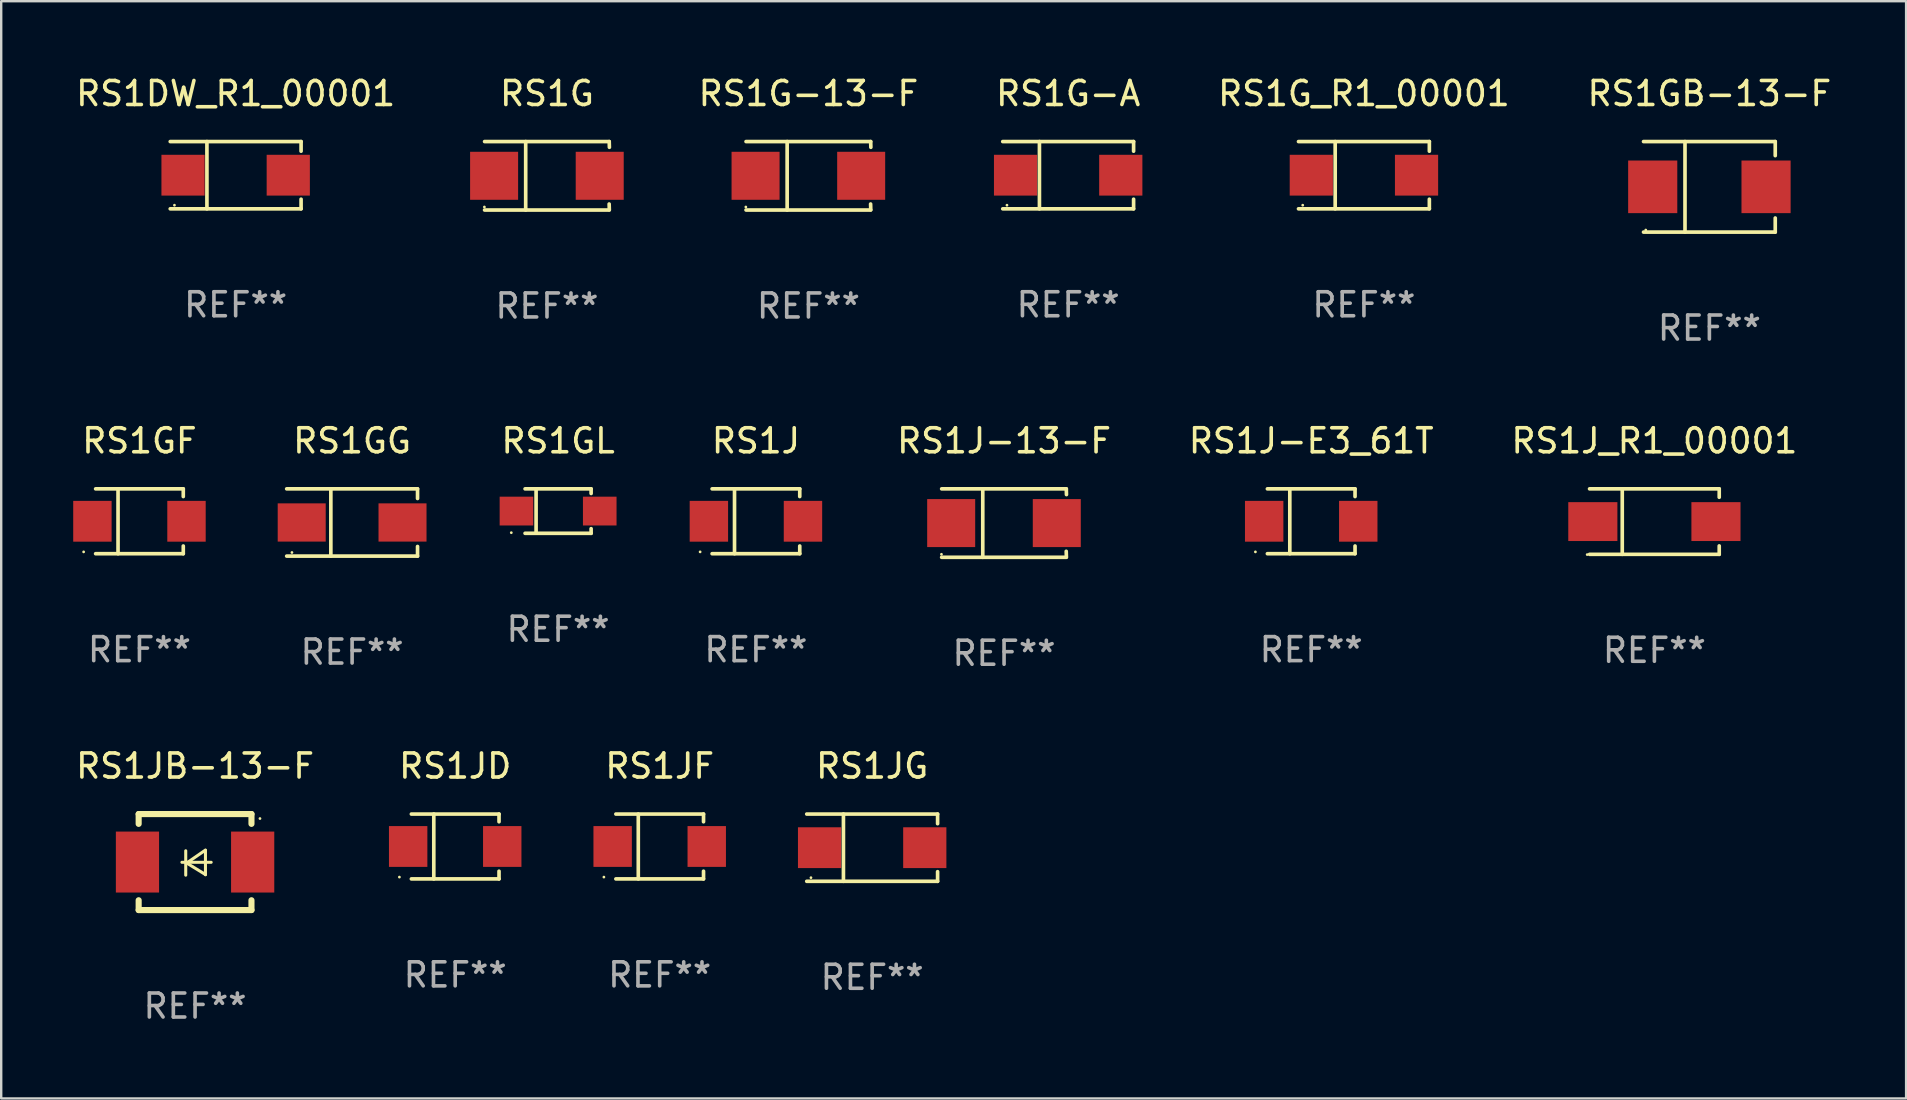
<source format=kicad_pcb>
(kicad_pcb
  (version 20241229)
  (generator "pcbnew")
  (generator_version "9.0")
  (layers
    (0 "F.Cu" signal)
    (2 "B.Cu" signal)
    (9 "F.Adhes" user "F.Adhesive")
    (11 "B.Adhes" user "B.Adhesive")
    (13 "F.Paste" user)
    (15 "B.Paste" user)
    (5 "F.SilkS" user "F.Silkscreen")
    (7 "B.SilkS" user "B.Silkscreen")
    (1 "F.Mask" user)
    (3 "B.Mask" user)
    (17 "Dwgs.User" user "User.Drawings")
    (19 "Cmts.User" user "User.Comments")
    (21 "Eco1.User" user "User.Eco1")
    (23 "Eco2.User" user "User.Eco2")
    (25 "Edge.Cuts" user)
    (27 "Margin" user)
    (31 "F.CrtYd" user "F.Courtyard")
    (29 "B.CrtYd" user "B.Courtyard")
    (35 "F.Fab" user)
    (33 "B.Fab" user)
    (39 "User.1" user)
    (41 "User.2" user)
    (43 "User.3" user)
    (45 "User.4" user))
  (footprint "RS1JG"
    (layer "F.Cu")
    (at 33.287 32.267)
    (property "Reference" "RS1JG" (at 0 -3.401 0) (layer "F.SilkS") (effects (font (size 1 1) (thickness 0.15))))
    (attr through_hole)
    (fp_line (start -2.726 -1.401) (end 2.726 -1.401) (stroke (width 0.152) (type solid)) (layer "F.SilkS"))
    (fp_line (start -2.726 1.401) (end 2.726 1.401) (stroke (width 0.152) (type solid)) (layer "F.SilkS"))
    (fp_line (start -1.197 -1.401) (end -1.197 1.401) (stroke (width 0.152) (type solid)) (layer "F.SilkS"))
    (fp_line (start 2.726 -1.401) (end 2.726 -1) (stroke (width 0.152) (type solid)) (layer "F.SilkS"))
    (fp_line (start 2.726 1.401) (end 2.726 1) (stroke (width 0.152) (type solid)) (layer "F.SilkS"))
    (fp_circle (center -2.55 1.25) (end -2.52 1.25) (stroke (width 0.06) (type solid)) (fill no) (layer "F.SilkS"))
    (fp_text user "REF**" (at 0 5.401 0) (layer "F.Fab") (effects (font (size 1 1) (thickness 0.15))))
    (pad "1" smd rect (at -2.192 0) (size 1.8 1.7) (layers "F.Cu" "F.Mask" "F.Paste"))
    (pad "2" smd rect (at 2.192 0) (size 1.8 1.7) (layers "F.Cu" "F.Mask" "F.Paste")))
  (footprint "RS1G_R1_00001"
    (layer "F.Cu")
    (at 53.775 4.249)
    (property "Reference" "RS1G_R1_00001" (at 0 -3.401 0) (layer "F.SilkS") (effects (font (size 1 1) (thickness 0.15))))
    (attr through_hole)
    (fp_line (start -2.726 -1.401) (end 2.726 -1.401) (stroke (width 0.152) (type solid)) (layer "F.SilkS"))
    (fp_line (start -2.726 1.401) (end 2.726 1.401) (stroke (width 0.152) (type solid)) (layer "F.SilkS"))
    (fp_line (start -1.197 -1.401) (end -1.197 1.401) (stroke (width 0.152) (type solid)) (layer "F.SilkS"))
    (fp_line (start 2.726 -1.401) (end 2.726 -1) (stroke (width 0.152) (type solid)) (layer "F.SilkS"))
    (fp_line (start 2.726 1.401) (end 2.726 1) (stroke (width 0.152) (type solid)) (layer "F.SilkS"))
    (fp_circle (center -2.55 1.25) (end -2.52 1.25) (stroke (width 0.06) (type solid)) (fill no) (layer "F.SilkS"))
    (fp_text user "REF**" (at 0 5.401 0) (layer "F.Fab") (effects (font (size 1 1) (thickness 0.15))))
    (pad "1" smd rect (at -2.192 0) (size 1.8 1.7) (layers "F.Cu" "F.Mask" "F.Paste"))
    (pad "2" smd rect (at 2.192 0) (size 1.8 1.7) (layers "F.Cu" "F.Mask" "F.Paste")))
  (footprint "RS1G-A"
    (layer "F.Cu")
    (at 41.453 4.249)
    (property "Reference" "RS1G-A" (at 0 -3.401 0) (layer "F.SilkS") (effects (font (size 1 1) (thickness 0.15))))
    (attr through_hole)
    (fp_line (start -2.726 -1.401) (end 2.726 -1.401) (stroke (width 0.152) (type solid)) (layer "F.SilkS"))
    (fp_line (start -2.726 1.401) (end 2.726 1.401) (stroke (width 0.152) (type solid)) (layer "F.SilkS"))
    (fp_line (start -1.197 -1.401) (end -1.197 1.401) (stroke (width 0.152) (type solid)) (layer "F.SilkS"))
    (fp_line (start 2.726 -1.401) (end 2.726 -1) (stroke (width 0.152) (type solid)) (layer "F.SilkS"))
    (fp_line (start 2.726 1.401) (end 2.726 1) (stroke (width 0.152) (type solid)) (layer "F.SilkS"))
    (fp_circle (center -2.55 1.25) (end -2.52 1.25) (stroke (width 0.06) (type solid)) (fill no) (layer "F.SilkS"))
    (fp_text user "REF**" (at 0 5.401 0) (layer "F.Fab") (effects (font (size 1 1) (thickness 0.15))))
    (pad "1" smd rect (at -2.192 0) (size 1.8 1.7) (layers "F.Cu" "F.Mask" "F.Paste"))
    (pad "2" smd rect (at 2.192 0) (size 1.8 1.7) (layers "F.Cu" "F.Mask" "F.Paste")))
  (footprint "RS1GB-13-F"
    (layer "F.Cu")
    (at 68.168 4.734)
    (property "Reference" "RS1GB-13-F" (at 0 -3.886 0) (layer "F.SilkS") (effects (font (size 1 1) (thickness 0.15))))
    (attr through_hole)
    (fp_line (start -2.744 -1.886) (end 2.744 -1.886) (stroke (width 0.152) (type solid)) (layer "F.SilkS"))
    (fp_line (start -2.744 1.886) (end 2.744 1.886) (stroke (width 0.152) (type solid)) (layer "F.SilkS"))
    (fp_line (start -1.016 -1.886) (end -1.016 1.886) (stroke (width 0.152) (type solid)) (layer "F.SilkS"))
    (fp_line (start 2.744 -1.886) (end 2.744 -1.299) (stroke (width 0.152) (type solid)) (layer "F.SilkS"))
    (fp_line (start 2.744 1.886) (end 2.744 1.299) (stroke (width 0.152) (type solid)) (layer "F.SilkS"))
    (fp_circle (center -2.65 1.8) (end -2.62 1.8) (stroke (width 0.06) (type solid)) (fill no) (layer "F.SilkS"))
    (fp_text user "REF**" (at 0 5.886 0) (layer "F.Fab") (effects (font (size 1 1) (thickness 0.15))))
    (pad "1" smd rect (at -2.361 0) (size 2.047 2.192) (layers "F.Cu" "F.Mask" "F.Paste"))
    (pad "2" smd rect (at 2.361 0) (size 2.047 2.192) (layers "F.Cu" "F.Mask" "F.Paste")))
  (footprint "RS1DW_R1_00001"
    (layer "F.Cu")
    (at 6.768 4.249)
    (property "Reference" "RS1DW_R1_00001" (at 0 -3.401 0) (layer "F.SilkS") (effects (font (size 1 1) (thickness 0.15))))
    (attr through_hole)
    (fp_line (start -2.726 -1.401) (end 2.726 -1.401) (stroke (width 0.152) (type solid)) (layer "F.SilkS"))
    (fp_line (start -2.726 1.401) (end 2.726 1.401) (stroke (width 0.152) (type solid)) (layer "F.SilkS"))
    (fp_line (start -1.197 -1.401) (end -1.197 1.401) (stroke (width 0.152) (type solid)) (layer "F.SilkS"))
    (fp_line (start 2.726 -1.401) (end 2.726 -1) (stroke (width 0.152) (type solid)) (layer "F.SilkS"))
    (fp_line (start 2.726 1.401) (end 2.726 1) (stroke (width 0.152) (type solid)) (layer "F.SilkS"))
    (fp_circle (center -2.55 1.25) (end -2.52 1.25) (stroke (width 0.06) (type solid)) (fill no) (layer "F.SilkS"))
    (fp_text user "REF**" (at 0 5.401 0) (layer "F.Fab") (effects (font (size 1 1) (thickness 0.15))))
    (pad "1" smd rect (at -2.192 0) (size 1.8 1.7) (layers "F.Cu" "F.Mask" "F.Paste"))
    (pad "2" smd rect (at 2.192 0) (size 1.8 1.7) (layers "F.Cu" "F.Mask" "F.Paste")))
  (footprint "RS1J"
    (layer "F.Cu")
    (at 28.444 18.668)
    (property "Reference" "RS1J" (at 0 -3.351 0) (layer "F.SilkS") (effects (font (size 1 1) (thickness 0.15))))
    (attr through_hole)
    (fp_line (start -1.826 -1.351) (end 1.826 -1.351) (stroke (width 0.152) (type solid)) (layer "F.SilkS"))
    (fp_line (start -1.826 1.351) (end 1.826 1.351) (stroke (width 0.152) (type solid)) (layer "F.SilkS"))
    (fp_line (start -0.892 -1.351) (end -0.892 1.351) (stroke (width 0.152) (type solid)) (layer "F.SilkS"))
    (fp_line (start 1.826 -1.351) (end 1.826 -1.03) (stroke (width 0.152) (type solid)) (layer "F.SilkS"))
    (fp_line (start 1.826 1.03) (end 1.826 1.351) (stroke (width 0.152) (type solid)) (layer "F.SilkS"))
    (fp_circle (center -2.325 1.275) (end -2.295 1.275) (stroke (width 0.06) (type solid)) (fill no) (layer "F.SilkS"))
    (fp_text user "REF**" (at 0 5.351 0) (layer "F.Fab") (effects (font (size 1 1) (thickness 0.15))))
    (pad "1" smd rect (at -1.96 0 180) (size 1.6 1.7) (layers "F.Cu" "F.Mask" "F.Paste"))
    (pad "2" smd rect (at 1.96 0 180) (size 1.6 1.7) (layers "F.Cu" "F.Mask" "F.Paste")))
  (footprint "RS1J-E3_61T"
    (layer "F.Cu")
    (at 51.579 18.668)
    (property "Reference" "RS1J-E3_61T" (at 0 -3.351 0) (layer "F.SilkS") (effects (font (size 1 1) (thickness 0.15))))
    (attr through_hole)
    (fp_line (start -1.826 -1.351) (end 1.826 -1.351) (stroke (width 0.152) (type solid)) (layer "F.SilkS"))
    (fp_line (start -1.826 1.351) (end 1.826 1.351) (stroke (width 0.152) (type solid)) (layer "F.SilkS"))
    (fp_line (start -0.892 -1.351) (end -0.892 1.351) (stroke (width 0.152) (type solid)) (layer "F.SilkS"))
    (fp_line (start 1.826 -1.351) (end 1.826 -1.03) (stroke (width 0.152) (type solid)) (layer "F.SilkS"))
    (fp_line (start 1.826 1.03) (end 1.826 1.351) (stroke (width 0.152) (type solid)) (layer "F.SilkS"))
    (fp_circle (center -2.325 1.275) (end -2.295 1.275) (stroke (width 0.06) (type solid)) (fill no) (layer "F.SilkS"))
    (fp_text user "REF**" (at 0 5.351 0) (layer "F.Fab") (effects (font (size 1 1) (thickness 0.15))))
    (pad "1" smd rect (at -1.96 0 180) (size 1.6 1.7) (layers "F.Cu" "F.Mask" "F.Paste"))
    (pad "2" smd rect (at 1.96 0 180) (size 1.6 1.7) (layers "F.Cu" "F.Mask" "F.Paste")))
  (footprint "RS1G-13-F"
    (layer "F.Cu")
    (at 30.632 4.274)
    (property "Reference" "RS1G-13-F" (at 0 -3.426 0) (layer "F.SilkS") (effects (font (size 1 1) (thickness 0.15))))
    (attr through_hole)
    (fp_line (start -2.6 -1.426) (end 2.593 -1.426) (stroke (width 0.152) (type solid)) (layer "F.SilkS"))
    (fp_line (start -2.6 1.426) (end 2.593 1.426) (stroke (width 0.152) (type solid)) (layer "F.SilkS"))
    (fp_line (start -0.887 -1.426) (end -0.887 1.426) (stroke (width 0.152) (type solid)) (layer "F.SilkS"))
    (fp_line (start 2.59 1.176) (end 2.597 1.415) (stroke (width 0.152) (type solid)) (layer "F.SilkS"))
    (fp_line (start 2.593 -1.426) (end 2.6 -1.187) (stroke (width 0.152) (type solid)) (layer "F.SilkS"))
    (fp_circle (center -2.608 1.3) (end -2.578 1.3) (stroke (width 0.06) (type solid)) (fill no) (layer "F.SilkS"))
    (fp_text user "REF**" (at 0 5.426 0) (layer "F.Fab") (effects (font (size 1 1) (thickness 0.15))))
    (pad "1" smd rect (at -2.203 0 180) (size 2 2) (layers "F.Cu" "F.Mask" "F.Paste"))
    (pad "2" smd rect (at 2.197 0 180) (size 2 2) (layers "F.Cu" "F.Mask" "F.Paste")))
  (footprint "RS1J_R1_00001"
    (layer "F.Cu")
    (at 65.877 18.681)
    (property "Reference" "RS1J_R1_00001" (at 0 -3.364 0) (layer "F.SilkS") (effects (font (size 1 1) (thickness 0.15))))
    (attr through_hole)
    (fp_line (start -2.701 -1.364) (end 2.701 -1.364) (stroke (width 0.152) (type solid)) (layer "F.SilkS"))
    (fp_line (start -2.701 1.364) (end 2.701 1.364) (stroke (width 0.152) (type solid)) (layer "F.SilkS"))
    (fp_line (start -1.339 -1.364) (end -1.339 1.364) (stroke (width 0.152) (type solid)) (layer "F.SilkS"))
    (fp_line (start 2.701 -1.364) (end 2.701 -1.013) (stroke (width 0.152) (type solid)) (layer "F.SilkS"))
    (fp_line (start 2.701 1.364) (end 2.701 1.013) (stroke (width 0.152) (type solid)) (layer "F.SilkS"))
    (fp_circle (center -2.8 1.375) (end -2.77 1.375) (stroke (width 0.06) (type solid)) (fill no) (layer "F.SilkS"))
    (fp_text user "REF**" (at 0 5.364 0) (layer "F.Fab") (effects (font (size 1 1) (thickness 0.15))))
    (pad "1" smd rect (at -2.565 -0.000025) (size 2.046 1.62) (layers "F.Cu" "F.Mask" "F.Paste"))
    (pad "2" smd rect (at 2.565 -0.000025) (size 2.046 1.62) (layers "F.Cu" "F.Mask" "F.Paste")))
  (footprint "RS1G"
    (layer "F.Cu")
    (at 19.739 4.274)
    (property "Reference" "RS1G" (at 0 -3.426 0) (layer "F.SilkS") (effects (font (size 1 1) (thickness 0.15))))
    (attr through_hole)
    (fp_line (start -2.6 -1.426) (end 2.593 -1.426) (stroke (width 0.152) (type solid)) (layer "F.SilkS"))
    (fp_line (start -2.6 1.426) (end 2.593 1.426) (stroke (width 0.152) (type solid)) (layer "F.SilkS"))
    (fp_line (start -0.887 -1.426) (end -0.887 1.426) (stroke (width 0.152) (type solid)) (layer "F.SilkS"))
    (fp_line (start 2.59 1.176) (end 2.597 1.415) (stroke (width 0.152) (type solid)) (layer "F.SilkS"))
    (fp_line (start 2.593 -1.426) (end 2.6 -1.187) (stroke (width 0.152) (type solid)) (layer "F.SilkS"))
    (fp_circle (center -2.608 1.3) (end -2.578 1.3) (stroke (width 0.06) (type solid)) (fill no) (layer "F.SilkS"))
    (fp_text user "REF**" (at 0 5.426 0) (layer "F.Fab") (effects (font (size 1 1) (thickness 0.15))))
    (pad "1" smd rect (at -2.203 0 180) (size 2 2) (layers "F.Cu" "F.Mask" "F.Paste"))
    (pad "2" smd rect (at 2.197 0 180) (size 2 2) (layers "F.Cu" "F.Mask" "F.Paste")))
  (footprint "RS1JD"
    (layer "F.Cu")
    (at 15.915 32.217)
    (property "Reference" "RS1JD" (at 0 -3.351 0) (layer "F.SilkS") (effects (font (size 1 1) (thickness 0.15))))
    (attr through_hole)
    (fp_line (start -1.826 -1.351) (end 1.826 -1.351) (stroke (width 0.152) (type solid)) (layer "F.SilkS"))
    (fp_line (start -1.826 1.351) (end 1.826 1.351) (stroke (width 0.152) (type solid)) (layer "F.SilkS"))
    (fp_line (start -0.892 -1.351) (end -0.892 1.351) (stroke (width 0.152) (type solid)) (layer "F.SilkS"))
    (fp_line (start 1.826 -1.351) (end 1.826 -1.03) (stroke (width 0.152) (type solid)) (layer "F.SilkS"))
    (fp_line (start 1.826 1.03) (end 1.826 1.351) (stroke (width 0.152) (type solid)) (layer "F.SilkS"))
    (fp_circle (center -2.325 1.275) (end -2.295 1.275) (stroke (width 0.06) (type solid)) (fill no) (layer "F.SilkS"))
    (fp_text user "REF**" (at 0 5.351 0) (layer "F.Fab") (effects (font (size 1 1) (thickness 0.15))))
    (pad "1" smd rect (at -1.96 0 180) (size 1.6 1.7) (layers "F.Cu" "F.Mask" "F.Paste"))
    (pad "2" smd rect (at 1.96 0 180) (size 1.6 1.7) (layers "F.Cu" "F.Mask" "F.Paste")))
  (footprint "RS1JF"
    (layer "F.Cu")
    (at 24.435 32.217)
    (property "Reference" "RS1JF" (at 0 -3.351 0) (layer "F.SilkS") (effects (font (size 1 1) (thickness 0.15))))
    (attr through_hole)
    (fp_line (start -1.826 -1.351) (end 1.826 -1.351) (stroke (width 0.152) (type solid)) (layer "F.SilkS"))
    (fp_line (start -1.826 1.351) (end 1.826 1.351) (stroke (width 0.152) (type solid)) (layer "F.SilkS"))
    (fp_line (start -0.892 -1.351) (end -0.892 1.351) (stroke (width 0.152) (type solid)) (layer "F.SilkS"))
    (fp_line (start 1.826 -1.351) (end 1.826 -1.03) (stroke (width 0.152) (type solid)) (layer "F.SilkS"))
    (fp_line (start 1.826 1.03) (end 1.826 1.351) (stroke (width 0.152) (type solid)) (layer "F.SilkS"))
    (fp_circle (center -2.325 1.275) (end -2.295 1.275) (stroke (width 0.06) (type solid)) (fill no) (layer "F.SilkS"))
    (fp_text user "REF**" (at 0 5.351 0) (layer "F.Fab") (effects (font (size 1 1) (thickness 0.15))))
    (pad "1" smd rect (at -1.96 0 180) (size 1.6 1.7) (layers "F.Cu" "F.Mask" "F.Paste"))
    (pad "2" smd rect (at 1.96 0 180) (size 1.6 1.7) (layers "F.Cu" "F.Mask" "F.Paste")))
  (footprint "RS1J-13-F"
    (layer "F.Cu")
    (at 38.782 18.743)
    (property "Reference" "RS1J-13-F" (at 0 -3.426 0) (layer "F.SilkS") (effects (font (size 1 1) (thickness 0.15))))
    (attr through_hole)
    (fp_line (start -2.6 -1.426) (end 2.593 -1.426) (stroke (width 0.152) (type solid)) (layer "F.SilkS"))
    (fp_line (start -2.6 1.426) (end 2.593 1.426) (stroke (width 0.152) (type solid)) (layer "F.SilkS"))
    (fp_line (start -0.887 -1.426) (end -0.887 1.426) (stroke (width 0.152) (type solid)) (layer "F.SilkS"))
    (fp_line (start 2.59 1.176) (end 2.597 1.415) (stroke (width 0.152) (type solid)) (layer "F.SilkS"))
    (fp_line (start 2.593 -1.426) (end 2.6 -1.187) (stroke (width 0.152) (type solid)) (layer "F.SilkS"))
    (fp_circle (center -2.608 1.3) (end -2.578 1.3) (stroke (width 0.06) (type solid)) (fill no) (layer "F.SilkS"))
    (fp_text user "REF**" (at 0 5.426 0) (layer "F.Fab") (effects (font (size 1 1) (thickness 0.15))))
    (pad "1" smd rect (at -2.203 0 180) (size 2 2) (layers "F.Cu" "F.Mask" "F.Paste"))
    (pad "2" smd rect (at 2.197 0 180) (size 2 2) (layers "F.Cu" "F.Mask" "F.Paste")))
  (footprint "RS1GG"
    (layer "F.Cu")
    (at 11.62 18.718)
    (property "Reference" "RS1GG" (at 0 -3.401 0) (layer "F.SilkS") (effects (font (size 1 1) (thickness 0.15))))
    (attr through_hole)
    (fp_line (start -2.726 -1.401) (end 2.726 -1.401) (stroke (width 0.152) (type solid)) (layer "F.SilkS"))
    (fp_line (start -2.726 1.401) (end 2.726 1.401) (stroke (width 0.152) (type solid)) (layer "F.SilkS"))
    (fp_line (start -0.886 -1.401) (end -0.886 1.401) (stroke (width 0.152) (type solid)) (layer "F.SilkS"))
    (fp_line (start 2.726 -1.401) (end 2.726 -1) (stroke (width 0.152) (type solid)) (layer "F.SilkS"))
    (fp_line (start 2.726 1.401) (end 2.726 1) (stroke (width 0.152) (type solid)) (layer "F.SilkS"))
    (fp_circle (center -2.507 1.25) (end -2.477 1.25) (stroke (width 0.06) (type solid)) (fill no) (layer "F.SilkS"))
    (fp_text user "REF**" (at 0 5.401 0) (layer "F.Fab") (effects (font (size 1 1) (thickness 0.15))))
    (pad "1" smd rect (at -2.1 0 180) (size 2 1.593) (layers "F.Cu" "F.Mask" "F.Paste"))
    (pad "2" smd rect (at 2.1 0 180) (size 2 1.593) (layers "F.Cu" "F.Mask" "F.Paste")))
  (footprint "RS1GF"
    (layer "F.Cu")
    (at 2.76 18.668)
    (property "Reference" "RS1GF" (at 0 -3.351 0) (layer "F.SilkS") (effects (font (size 1 1) (thickness 0.15))))
    (attr through_hole)
    (fp_line (start -1.826 -1.351) (end 1.826 -1.351) (stroke (width 0.152) (type solid)) (layer "F.SilkS"))
    (fp_line (start -1.826 1.351) (end 1.826 1.351) (stroke (width 0.152) (type solid)) (layer "F.SilkS"))
    (fp_line (start -0.892 -1.351) (end -0.892 1.351) (stroke (width 0.152) (type solid)) (layer "F.SilkS"))
    (fp_line (start 1.826 -1.351) (end 1.826 -1.03) (stroke (width 0.152) (type solid)) (layer "F.SilkS"))
    (fp_line (start 1.826 1.03) (end 1.826 1.351) (stroke (width 0.152) (type solid)) (layer "F.SilkS"))
    (fp_circle (center -2.325 1.275) (end -2.295 1.275) (stroke (width 0.06) (type solid)) (fill no) (layer "F.SilkS"))
    (fp_text user "REF**" (at 0 5.351 0) (layer "F.Fab") (effects (font (size 1 1) (thickness 0.15))))
    (pad "1" smd rect (at -1.96 0 180) (size 1.6 1.7) (layers "F.Cu" "F.Mask" "F.Paste"))
    (pad "2" smd rect (at 1.96 0 180) (size 1.6 1.7) (layers "F.Cu" "F.Mask" "F.Paste")))
  (footprint "RS1GL"
    (layer "F.Cu")
    (at 20.202 18.243)
    (property "Reference" "RS1GL" (at 0 -2.926 0) (layer "F.SilkS") (effects (font (size 1 1) (thickness 0.15))))
    (attr through_hole)
    (fp_line (start -1.376 -0.926) (end 1.376 -0.926) (stroke (width 0.152) (type solid)) (layer "F.SilkS"))
    (fp_line (start -1.376 0.926) (end 1.376 0.926) (stroke (width 0.152) (type solid)) (layer "F.SilkS"))
    (fp_line (start -0.917 -0.876) (end -0.917 0.876) (stroke (width 0.152) (type solid)) (layer "F.SilkS"))
    (fp_line (start 1.376 -0.926) (end 1.376 -0.733) (stroke (width 0.152) (type solid)) (layer "F.SilkS"))
    (fp_line (start 1.376 0.926) (end 1.376 0.733) (stroke (width 0.152) (type solid)) (layer "F.SilkS"))
    (fp_circle (center -1.95 0.9) (end -1.92 0.9) (stroke (width 0.06) (type solid)) (fill no) (layer "F.SilkS"))
    (fp_text user "REF**" (at 0 4.926 0) (layer "F.Fab") (effects (font (size 1 1) (thickness 0.15))))
    (pad "1" smd rect (at -1.735 0) (size 1.4 1.2) (layers "F.Cu" "F.Mask" "F.Paste"))
    (pad "2" smd rect (at 1.735 0) (size 1.4 1.2) (layers "F.Cu" "F.Mask" "F.Paste")))
  (footprint "RS1JB-13-F"
    (layer "F.Cu")
    (at 5.077 32.866)
    (property "Reference" "RS1JB-13-F" (at 0 -4 0) (layer "F.SilkS") (effects (font (size 1 1) (thickness 0.15))))
    (attr through_hole)
    (fp_line (start -2.35 -2) (end -2.35 -1.591) (stroke (width 0.254) (type solid)) (layer "F.SilkS"))
    (fp_line (start -2.35 -2) (end 2.35 -2) (stroke (width 0.254) (type solid)) (layer "F.SilkS"))
    (fp_line (start -2.35 1.591) (end -2.35 2) (stroke (width 0.254) (type solid)) (layer "F.SilkS"))
    (fp_line (start -2.35 2) (end 2.35 2) (stroke (width 0.254) (type solid)) (layer "F.SilkS"))
    (fp_line (start -0.548 0.01) (end 0.671 0.01) (stroke (width 0.127) (type solid)) (layer "F.SilkS"))
    (fp_line (start -0.389 -0.47) (end -0.389 0.546) (stroke (width 0.127) (type solid)) (layer "F.SilkS"))
    (fp_line (start -0.35 0.04) (end 0.433 0.52) (stroke (width 0.127) (type solid)) (layer "F.SilkS"))
    (fp_line (start 0.433 -0.5) (end -0.35 0.04) (stroke (width 0.127) (type solid)) (layer "F.SilkS"))
    (fp_line (start 0.433 0.53) (end 0.433 -0.486) (stroke (width 0.127) (type solid)) (layer "F.SilkS"))
    (fp_line (start 2.35 -2) (end 2.35 -1.591) (stroke (width 0.254) (type solid)) (layer "F.SilkS"))
    (fp_line (start 2.35 1.591) (end 2.35 2) (stroke (width 0.254) (type solid)) (layer "F.SilkS"))
    (fp_circle (center 2.704 -1.813) (end 2.734 -1.813) (stroke (width 0.06) (type solid)) (fill no) (layer "F.SilkS"))
    (fp_text user "REF**" (at 0 6 0) (layer "F.Fab") (effects (font (size 1 1) (thickness 0.15))))
    (pad "1" smd rect (at 2.4 0) (size 1.8 2.54) (layers "F.Cu" "F.Mask" "F.Paste"))
    (pad "2" smd rect (at -2.4 0) (size 1.8 2.54) (layers "F.Cu" "F.Mask" "F.Paste")))
  (gr_rect
    (start -3 -3)
    (end 76.364 42.714)
    (stroke (width 0.1) (type default))
    (fill no)
    (layer "Edge.Cuts")))
</source>
